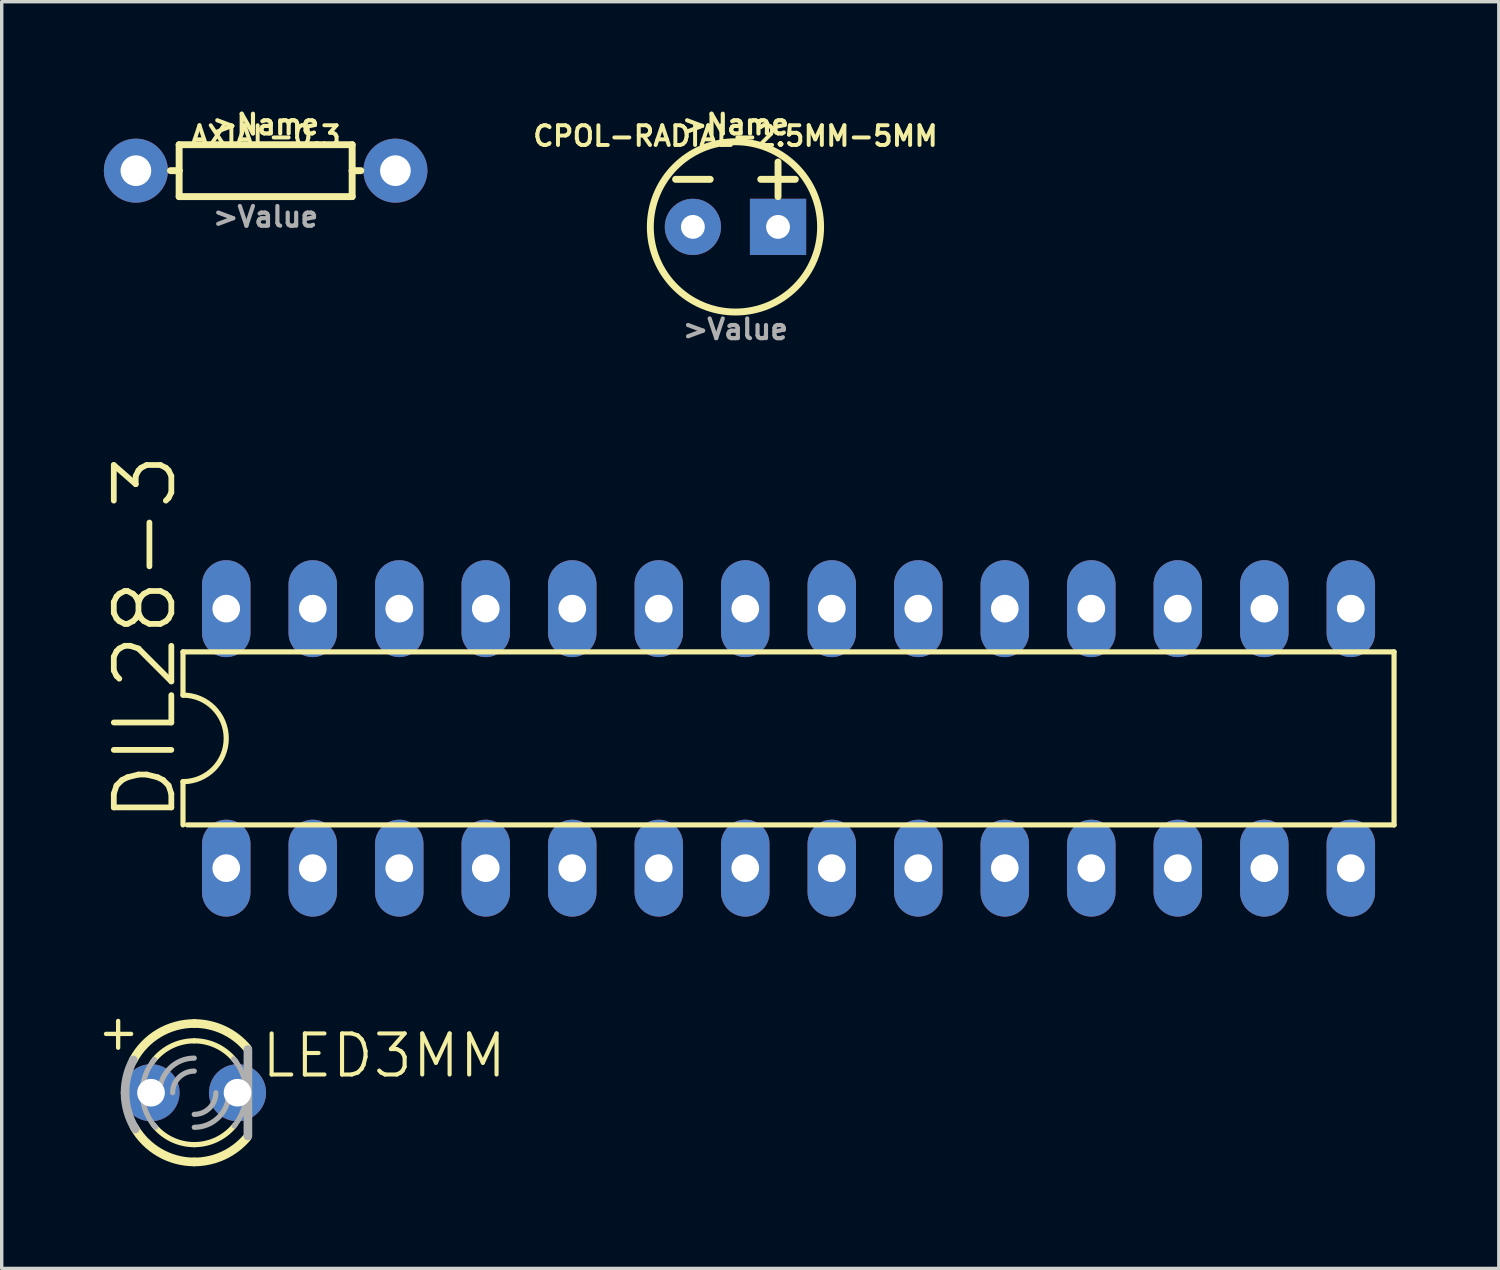
<source format=kicad_pcb>
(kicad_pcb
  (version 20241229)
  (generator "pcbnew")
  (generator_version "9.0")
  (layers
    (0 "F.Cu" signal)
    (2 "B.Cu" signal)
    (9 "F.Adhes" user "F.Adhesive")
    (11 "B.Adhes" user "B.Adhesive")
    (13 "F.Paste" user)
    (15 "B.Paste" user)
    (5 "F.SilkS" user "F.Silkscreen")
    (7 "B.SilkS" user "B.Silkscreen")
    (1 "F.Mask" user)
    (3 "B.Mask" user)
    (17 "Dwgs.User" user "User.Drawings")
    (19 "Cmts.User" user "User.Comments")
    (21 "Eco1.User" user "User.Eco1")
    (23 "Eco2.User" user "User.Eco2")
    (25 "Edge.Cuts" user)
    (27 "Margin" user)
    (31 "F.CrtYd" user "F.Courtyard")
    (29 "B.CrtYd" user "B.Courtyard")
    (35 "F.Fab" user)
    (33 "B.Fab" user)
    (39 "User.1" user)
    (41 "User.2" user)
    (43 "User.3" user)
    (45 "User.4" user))
  (footprint "AXIAL-0.3"
    (layer "F.Cu")
    (at 4.75 1.961)
    (property "Reference" "AXIAL-0.3" (at 0 -1.016 0) (layer "F.SilkS") (effects (font (size 0.579 0.579) (thickness 0.116))))
    (attr through_hole)
    (fp_line (start -2.54 -0.762) (end 2.54 -0.762) (stroke (width 0.203) (type solid)) (layer "F.SilkS"))
    (fp_line (start -2.54 0) (end -2.794 0) (stroke (width 0.203) (type solid)) (layer "F.SilkS"))
    (fp_line (start -2.54 0) (end -2.54 -0.762) (stroke (width 0.203) (type solid)) (layer "F.SilkS"))
    (fp_line (start -2.54 0.762) (end -2.54 0) (stroke (width 0.203) (type solid)) (layer "F.SilkS"))
    (fp_line (start 2.54 -0.762) (end 2.54 0) (stroke (width 0.203) (type solid)) (layer "F.SilkS"))
    (fp_line (start 2.54 0) (end 2.54 0.762) (stroke (width 0.203) (type solid)) (layer "F.SilkS"))
    (fp_line (start 2.54 0) (end 2.794 0) (stroke (width 0.203) (type solid)) (layer "F.SilkS"))
    (fp_line (start 2.54 0.762) (end -2.54 0.762) (stroke (width 0.203) (type solid)) (layer "F.SilkS"))
    (fp_text user ">Name" (at 0 -1.016 0) (layer "F.SilkS") (effects (font (size 0.579 0.579) (thickness 0.122)) (justify bottom)))
    (fp_text user ">Value" (at 0 1.016 0) (layer "F.Fab") (effects (font (size 0.579 0.579) (thickness 0.122)) (justify top)))
    (pad "P$1" thru_hole circle (at -3.81 0) (size 1.88 1.88) (drill 0.9) (layers "*.Cu" "*.Mask"))
    (pad "P$2" thru_hole circle (at 3.81 0) (size 1.88 1.88) (drill 0.9) (layers "*.Cu" "*.Mask")))
  (footprint "DIL28-3"
    (layer "F.Cu")
    (at 20.103 18.631)
    (property "Reference" "DIL28-3" (at -17.907 2.54 270) (layer "F.SilkS") (effects (font (size 1.689 1.689) (thickness 0.169)) (justify left bottom)))
    (attr through_hole)
    (fp_line (start -17.78 -2.54) (end -17.78 -1.27) (stroke (width 0.152) (type solid)) (layer "F.SilkS"))
    (fp_line (start -17.78 -2.54) (end 17.78 -2.54) (stroke (width 0.152) (type solid)) (layer "F.SilkS"))
    (fp_line (start -17.78 1.27) (end -17.78 2.54) (stroke (width 0.152) (type solid)) (layer "F.SilkS"))
    (fp_line (start -17.653 2.54) (end 17.78 2.54) (stroke (width 0.152) (type solid)) (layer "F.SilkS"))
    (fp_line (start 17.78 2.54) (end 17.78 -2.54) (stroke (width 0.152) (type solid)) (layer "F.SilkS"))
    (fp_arc (start -17.78 -1.27) (mid -16.51 0) (end -17.78 1.27) (stroke (width 0.1524) (type solid)) (layer "F.SilkS"))
    (pad "1" thru_hole oval (at -16.51 3.81 90) (size 2.845 1.422) (drill 0.813) (layers "*.Cu" "*.Mask"))
    (pad "2" thru_hole oval (at -13.97 3.81 90) (size 2.845 1.422) (drill 0.813) (layers "*.Cu" "*.Mask"))
    (pad "3" thru_hole oval (at -11.43 3.81 90) (size 2.845 1.422) (drill 0.813) (layers "*.Cu" "*.Mask"))
    (pad "4" thru_hole oval (at -8.89 3.81 90) (size 2.845 1.422) (drill 0.813) (layers "*.Cu" "*.Mask"))
    (pad "5" thru_hole oval (at -6.35 3.81 90) (size 2.845 1.422) (drill 0.813) (layers "*.Cu" "*.Mask"))
    (pad "6" thru_hole oval (at -3.81 3.81 90) (size 2.845 1.422) (drill 0.813) (layers "*.Cu" "*.Mask"))
    (pad "7" thru_hole oval (at -1.27 3.81 90) (size 2.845 1.422) (drill 0.813) (layers "*.Cu" "*.Mask"))
    (pad "8" thru_hole oval (at 1.27 3.81 90) (size 2.845 1.422) (drill 0.813) (layers "*.Cu" "*.Mask"))
    (pad "9" thru_hole oval (at 3.81 3.81 90) (size 2.845 1.422) (drill 0.813) (layers "*.Cu" "*.Mask"))
    (pad "10" thru_hole oval (at 6.35 3.81 90) (size 2.845 1.422) (drill 0.813) (layers "*.Cu" "*.Mask"))
    (pad "11" thru_hole oval (at 8.89 3.81 90) (size 2.845 1.422) (drill 0.813) (layers "*.Cu" "*.Mask"))
    (pad "12" thru_hole oval (at 11.43 3.81 90) (size 2.845 1.422) (drill 0.813) (layers "*.Cu" "*.Mask"))
    (pad "13" thru_hole oval (at 13.97 3.81 90) (size 2.845 1.422) (drill 0.813) (layers "*.Cu" "*.Mask"))
    (pad "14" thru_hole oval (at 16.51 3.81 90) (size 2.845 1.422) (drill 0.813) (layers "*.Cu" "*.Mask"))
    (pad "15" thru_hole oval (at 16.51 -3.81 90) (size 2.845 1.422) (drill 0.813) (layers "*.Cu" "*.Mask"))
    (pad "16" thru_hole oval (at 13.97 -3.81 90) (size 2.845 1.422) (drill 0.813) (layers "*.Cu" "*.Mask"))
    (pad "17" thru_hole oval (at 11.43 -3.81 90) (size 2.845 1.422) (drill 0.813) (layers "*.Cu" "*.Mask"))
    (pad "18" thru_hole oval (at 8.89 -3.81 90) (size 2.845 1.422) (drill 0.813) (layers "*.Cu" "*.Mask"))
    (pad "19" thru_hole oval (at 6.35 -3.81 90) (size 2.845 1.422) (drill 0.813) (layers "*.Cu" "*.Mask"))
    (pad "20" thru_hole oval (at 3.81 -3.81 90) (size 2.845 1.422) (drill 0.813) (layers "*.Cu" "*.Mask"))
    (pad "21" thru_hole oval (at 1.27 -3.81 90) (size 2.845 1.422) (drill 0.813) (layers "*.Cu" "*.Mask"))
    (pad "22" thru_hole oval (at -1.27 -3.81 90) (size 2.845 1.422) (drill 0.813) (layers "*.Cu" "*.Mask"))
    (pad "23" thru_hole oval (at -3.81 -3.81 90) (size 2.845 1.422) (drill 0.813) (layers "*.Cu" "*.Mask"))
    (pad "24" thru_hole oval (at -6.35 -3.81 90) (size 2.845 1.422) (drill 0.813) (layers "*.Cu" "*.Mask"))
    (pad "25" thru_hole oval (at -8.89 -3.81 90) (size 2.845 1.422) (drill 0.813) (layers "*.Cu" "*.Mask"))
    (pad "26" thru_hole oval (at -11.43 -3.81 90) (size 2.845 1.422) (drill 0.813) (layers "*.Cu" "*.Mask"))
    (pad "27" thru_hole oval (at -13.97 -3.81 90) (size 2.845 1.422) (drill 0.813) (layers "*.Cu" "*.Mask"))
    (pad "28" thru_hole oval (at -16.51 -3.81 90) (size 2.845 1.422) (drill 0.813) (layers "*.Cu" "*.Mask")))
  (footprint "LED3MM"
    (layer "F.Cu")
    (at 2.654 29.035)
    (property "Reference" "LED3MM" (at 1.905 -0.381 180) (layer "F.SilkS") (effects (font (size 1.206 1.206) (thickness 0.121)) (justify left bottom)))
    (attr through_hole)
    (fp_line (start -2.591 -1.727) (end -1.854 -1.727) (stroke (width 0.127) (type solid)) (layer "F.SilkS"))
    (fp_line (start -2.235 -1.321) (end -2.235 -2.108) (stroke (width 0.127) (type solid)) (layer "F.SilkS"))
    (fp_arc (start -1.7929 -0.9562) (mid -1.045438 -1.7424) (end 0 -2.032) (stroke (width 0.254) (type solid)) (layer "F.SilkS"))
    (fp_arc (start -1.2192 -0.9144) (mid -0.681554 -1.363107) (end 0 -1.524) (stroke (width 0.1524) (type solid)) (layer "F.SilkS"))
    (fp_arc (start 0 -2.032) (mid 0.861864 -1.840173) (end 1.561 -1.3009) (stroke (width 0.254) (type solid)) (layer "F.SilkS"))
    (fp_arc (start 0 -1.524) (mid 0.697339 -1.355082) (end 1.2401 -0.885801) (stroke (width 0.1524) (type solid)) (layer "F.SilkS"))
    (fp_arc (start 0 1.524) (mid -0.669593 1.369018) (end -1.203 0.9356) (stroke (width 0.1524) (type solid)) (layer "F.SilkS"))
    (fp_arc (start 0 2.032) (mid -1.019924 1.757525) (end -1.7643 1.0082) (stroke (width 0.254) (type solid)) (layer "F.SilkS"))
    (fp_arc (start 1.203 0.9356) (mid 0.669593 1.369018) (end 0 1.524) (stroke (width 0.1524) (type solid)) (layer "F.SilkS"))
    (fp_arc (start 1.5512 1.3126) (mid 0.854953 1.843405) (end 0 2.032) (stroke (width 0.254) (type solid)) (layer "F.SilkS"))
    (fp_line (start 1.575 1.27) (end 1.575 -1.27) (stroke (width 0.254) (type solid)) (layer "F.Fab"))
    (fp_arc (start -2.032 0) (mid -1.970339 -0.496775) (end -1.7891 -0.9634) (stroke (width 0.254) (type solid)) (layer "F.Fab"))
    (fp_arc (start -1.7306 1.065) (mid -1.95521 0.553417) (end -2.032 0) (stroke (width 0.254) (type solid)) (layer "F.Fab"))
    (fp_arc (start -1.524 0) (mid -1.432981 -0.518783) (end -1.1708 -0.9756) (stroke (width 0.1524) (type solid)) (layer "F.Fab"))
    (fp_arc (start -1.1391 1.0125) (mid -1.42454 0.5416) (end -1.524 0) (stroke (width 0.1524) (type solid)) (layer "F.Fab"))
    (fp_arc (start -1.016 0) (mid -0.71842 -0.71842) (end 0 -1.016) (stroke (width 0.1524) (type solid)) (layer "F.Fab"))
    (fp_arc (start -0.635 0) (mid -0.449013 -0.449013) (end 0 -0.635) (stroke (width 0.1524) (type solid)) (layer "F.Fab"))
    (fp_arc (start 0.635 0) (mid 0.449013 0.449013) (end 0 0.635) (stroke (width 0.1524) (type solid)) (layer "F.Fab"))
    (fp_arc (start 1.016 0) (mid 0.71842 0.71842) (end 0 1.016) (stroke (width 0.1524) (type solid)) (layer "F.Fab"))
    (fp_arc (start 1.1571 -0.9918) (mid 1.429332 -0.528744) (end 1.524 0) (stroke (width 0.1524) (type solid)) (layer "F.Fab"))
    (fp_arc (start 1.524 0) (mid 1.432981 0.518783) (end 1.1708 0.9756) (stroke (width 0.1524) (type solid)) (layer "F.Fab"))
    (pad "A" thru_hole circle (at -1.27 0) (size 1.676 1.676) (drill 0.813) (layers "*.Cu" "*.Mask"))
    (pad "K" thru_hole circle (at 1.27 0) (size 1.676 1.676) (drill 0.813) (layers "*.Cu" "*.Mask")))
  (footprint "CPOL-RADIAL-2.5MM-5MM"
    (layer "F.Cu")
    (at 18.545 3.612)
    (property "Reference" "CPOL-RADIAL-2.5MM-5MM" (at 0 -2.667 0) (layer "F.SilkS") (effects (font (size 0.579 0.579) (thickness 0.116))))
    (attr through_hole)
    (fp_line (start -0.742 -1.397) (end -1.758 -1.397) (stroke (width 0.203) (type solid)) (layer "F.SilkS"))
    (fp_line (start 1.25 -1.905) (end 1.25 -0.889) (stroke (width 0.203) (type solid)) (layer "F.SilkS"))
    (fp_line (start 1.758 -1.397) (end 0.742 -1.397) (stroke (width 0.203) (type solid)) (layer "F.SilkS"))
    (fp_circle (center 0 0) (end 2.5 0) (stroke (width 0.203) (type solid)) (fill no) (layer "F.SilkS"))
    (fp_text user ">Name" (at 0 -2.667 0) (layer "F.SilkS") (effects (font (size 0.579 0.579) (thickness 0.122)) (justify bottom)))
    (fp_text user ">Value" (at 0 2.667 0) (layer "F.Fab") (effects (font (size 0.579 0.579) (thickness 0.122)) (justify top)))
    (pad "1" thru_hole rect (at 1.25 0) (size 1.651 1.651) (drill 0.7) (layers "*.Cu" "*.Mask"))
    (pad "2" thru_hole circle (at -1.25 0) (size 1.651 1.651) (drill 0.7) (layers "*.Cu" "*.Mask")))
  (gr_rect
    (start -3 -3)
    (end 40.959 34.194)
    (stroke (width 0.1) (type default))
    (fill no)
    (layer "Edge.Cuts")))
</source>
